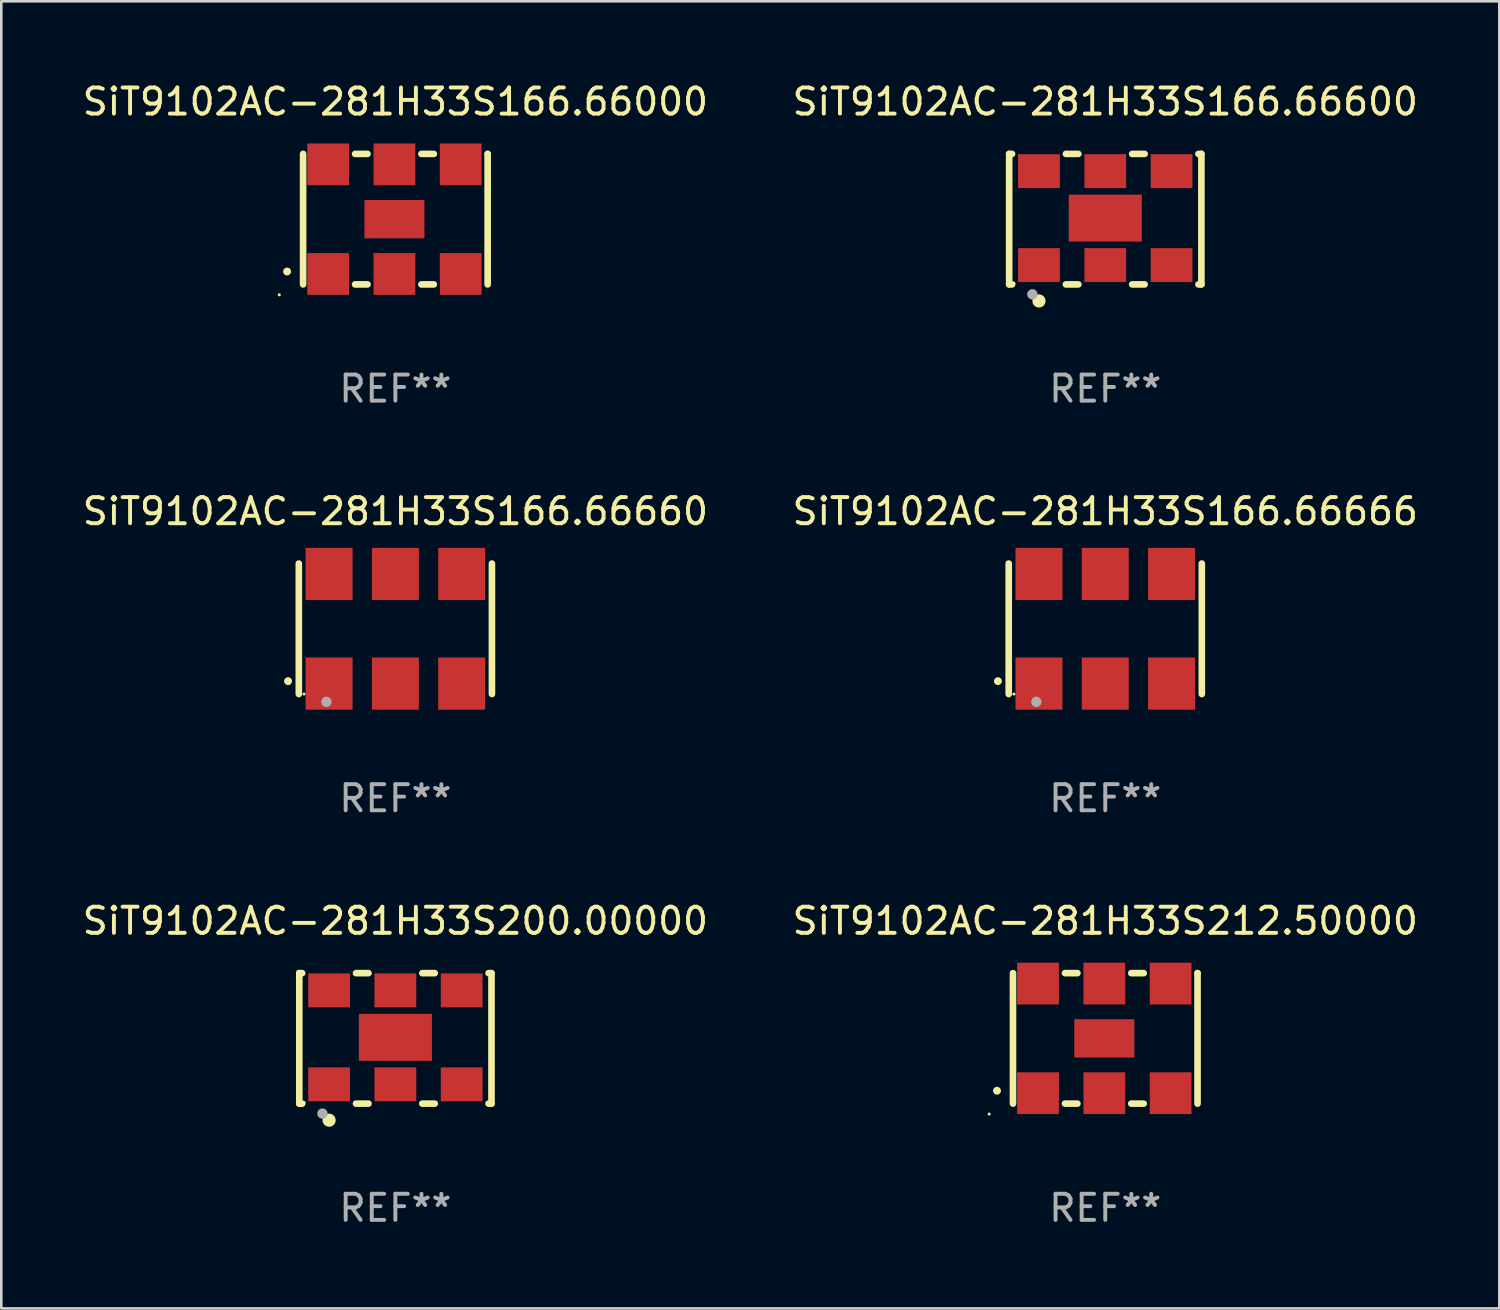
<source format=kicad_pcb>
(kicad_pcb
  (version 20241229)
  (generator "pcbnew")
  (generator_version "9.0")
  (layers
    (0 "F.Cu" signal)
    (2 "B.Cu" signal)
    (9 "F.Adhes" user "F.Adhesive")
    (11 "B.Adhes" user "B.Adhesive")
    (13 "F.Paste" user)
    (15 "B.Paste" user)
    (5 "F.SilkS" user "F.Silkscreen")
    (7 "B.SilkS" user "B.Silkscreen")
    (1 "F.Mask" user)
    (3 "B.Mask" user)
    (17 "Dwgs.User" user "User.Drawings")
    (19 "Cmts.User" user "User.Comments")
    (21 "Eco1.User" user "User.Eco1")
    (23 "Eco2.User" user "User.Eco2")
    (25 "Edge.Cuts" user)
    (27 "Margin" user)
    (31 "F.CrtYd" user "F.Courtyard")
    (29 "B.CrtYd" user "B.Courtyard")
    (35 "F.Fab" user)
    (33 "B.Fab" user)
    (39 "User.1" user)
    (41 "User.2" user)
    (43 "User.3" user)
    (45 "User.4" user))
  (footprint "SiT9102AC-281H33S212.50000"
    (layer "F.Cu")
    (at 39.304 36.741)
    (property "Reference" "SiT9102AC-281H33S212.50000" (at 0 -4.5 0) (layer "F.SilkS") (effects (font (size 1 1) (thickness 0.15))))
    (attr through_hole)
    (fp_line (start -3.536 -2.5) (end -3.536 2.5) (stroke (width 0.254) (type solid)) (layer "F.SilkS"))
    (fp_line (start -1.544 2.5) (end -1.067 2.5) (stroke (width 0.254) (type solid)) (layer "F.SilkS"))
    (fp_line (start -1.067 -2.5) (end -1.544 -2.5) (stroke (width 0.254) (type solid)) (layer "F.SilkS"))
    (fp_line (start 0.996 2.5) (end 1.473 2.5) (stroke (width 0.254) (type solid)) (layer "F.SilkS"))
    (fp_line (start 1.473 -2.5) (end 0.996 -2.5) (stroke (width 0.254) (type solid)) (layer "F.SilkS"))
    (fp_line (start 3.536 -2.5) (end 3.536 -2.5) (stroke (width 0.254) (type solid)) (layer "F.SilkS"))
    (fp_line (start 3.536 2.5) (end 3.536 -2.5) (stroke (width 0.254) (type solid)) (layer "F.SilkS"))
    (fp_arc (start -4.150432 2.006604) (mid -4.149162 2.006599) (end -4.147892 2.006604) (stroke (width 0.3) (type solid)) (layer "F.SilkS"))
    (fp_circle (center -4.449 2.9) (end -4.419 2.9) (stroke (width 0.06) (type solid)) (fill no) (layer "F.SilkS"))
    (fp_text user "REF**" (at 0 6.5 0) (layer "F.Fab") (effects (font (size 1 1) (thickness 0.15))))
    (pad "1" smd rect (at -2.576 2.1) (size 1.6 1.6) (layers "F.Cu" "F.Mask" "F.Paste"))
    (pad "2" smd rect (at -0.036 2.1) (size 1.6 1.6) (layers "F.Cu" "F.Mask" "F.Paste"))
    (pad "3" smd rect (at 2.504 2.1) (size 1.6 1.6) (layers "F.Cu" "F.Mask" "F.Paste"))
    (pad "4" smd rect (at 2.504 -2.1) (size 1.6 1.6) (layers "F.Cu" "F.Mask" "F.Paste"))
    (pad "5" smd rect (at -0.036 -2.1) (size 1.6 1.6) (layers "F.Cu" "F.Mask" "F.Paste"))
    (pad "6" smd rect (at -2.576 -2.1) (size 1.6 1.6) (layers "F.Cu" "F.Mask" "F.Paste"))
    (pad "7" smd rect (at -0.036 0) (size 2.3 1.47) (layers "F.Cu" "F.Mask" "F.Paste")))
  (footprint "SiT9102AC-281H33S166.66660"
    (layer "F.Cu")
    (at 12.101 21.045)
    (property "Reference" "SiT9102AC-281H33S166.66660" (at 0 -4.5 0) (layer "F.SilkS") (effects (font (size 1 1) (thickness 0.15))))
    (attr through_hole)
    (fp_line (start -3.7 -2.5) (end -3.7 2.5) (stroke (width 0.254) (type solid)) (layer "F.SilkS"))
    (fp_line (start 3.7 -2.5) (end 3.7 2.5) (stroke (width 0.254) (type solid)) (layer "F.SilkS"))
    (fp_arc (start -4.114415 2.006604) (mid -4.113145 2.006599) (end -4.111875 2.006604) (stroke (width 0.3) (type solid)) (layer "F.SilkS"))
    (fp_circle (center -3.5 2.501) (end -3.47 2.501) (stroke (width 0.06) (type solid)) (fill no) (layer "F.SilkS"))
    (fp_circle (center -2.641 2.799) (end -2.541 2.799) (stroke (width 0.2) (type solid)) (fill no) (layer "F.Fab"))
    (fp_text user "REF**" (at 0 6.5 0) (layer "F.Fab") (effects (font (size 1 1) (thickness 0.15))))
    (pad "1" smd rect (at -2.54 2.1) (size 1.8 2) (layers "F.Cu" "F.Mask" "F.Paste"))
    (pad "2" smd rect (at 0.000394 2.1) (size 1.8 2) (layers "F.Cu" "F.Mask" "F.Paste"))
    (pad "3" smd rect (at 2.54 2.1) (size 1.8 2) (layers "F.Cu" "F.Mask" "F.Paste"))
    (pad "4" smd rect (at 2.54 -2.1) (size 1.8 2) (layers "F.Cu" "F.Mask" "F.Paste"))
    (pad "5" smd rect (at 0.000394 -2.1) (size 1.8 2) (layers "F.Cu" "F.Mask" "F.Paste"))
    (pad "6" smd rect (at -2.54 -2.1) (size 1.8 2) (layers "F.Cu" "F.Mask" "F.Paste")))
  (footprint "SiT9102AC-281H33S166.66000"
    (layer "F.Cu")
    (at 12.101 5.348)
    (property "Reference" "SiT9102AC-281H33S166.66000" (at 0 -4.5 0) (layer "F.SilkS") (effects (font (size 1 1) (thickness 0.15))))
    (attr through_hole)
    (fp_line (start -3.536 -2.5) (end -3.536 2.5) (stroke (width 0.254) (type solid)) (layer "F.SilkS"))
    (fp_line (start -1.544 2.5) (end -1.067 2.5) (stroke (width 0.254) (type solid)) (layer "F.SilkS"))
    (fp_line (start -1.067 -2.5) (end -1.544 -2.5) (stroke (width 0.254) (type solid)) (layer "F.SilkS"))
    (fp_line (start 0.996 2.5) (end 1.473 2.5) (stroke (width 0.254) (type solid)) (layer "F.SilkS"))
    (fp_line (start 1.473 -2.5) (end 0.996 -2.5) (stroke (width 0.254) (type solid)) (layer "F.SilkS"))
    (fp_line (start 3.536 -2.5) (end 3.536 -2.5) (stroke (width 0.254) (type solid)) (layer "F.SilkS"))
    (fp_line (start 3.536 2.5) (end 3.536 -2.5) (stroke (width 0.254) (type solid)) (layer "F.SilkS"))
    (fp_arc (start -4.150432 2.006604) (mid -4.149162 2.006599) (end -4.147892 2.006604) (stroke (width 0.3) (type solid)) (layer "F.SilkS"))
    (fp_circle (center -4.449 2.9) (end -4.419 2.9) (stroke (width 0.06) (type solid)) (fill no) (layer "F.SilkS"))
    (fp_text user "REF**" (at 0 6.5 0) (layer "F.Fab") (effects (font (size 1 1) (thickness 0.15))))
    (pad "1" smd rect (at -2.576 2.1) (size 1.6 1.6) (layers "F.Cu" "F.Mask" "F.Paste"))
    (pad "2" smd rect (at -0.036 2.1) (size 1.6 1.6) (layers "F.Cu" "F.Mask" "F.Paste"))
    (pad "3" smd rect (at 2.504 2.1) (size 1.6 1.6) (layers "F.Cu" "F.Mask" "F.Paste"))
    (pad "4" smd rect (at 2.504 -2.1) (size 1.6 1.6) (layers "F.Cu" "F.Mask" "F.Paste"))
    (pad "5" smd rect (at -0.036 -2.1) (size 1.6 1.6) (layers "F.Cu" "F.Mask" "F.Paste"))
    (pad "6" smd rect (at -2.576 -2.1) (size 1.6 1.6) (layers "F.Cu" "F.Mask" "F.Paste"))
    (pad "7" smd rect (at -0.036 0) (size 2.3 1.47) (layers "F.Cu" "F.Mask" "F.Paste")))
  (footprint "SiT9102AC-281H33S200.00000"
    (layer "F.Cu")
    (at 12.101 36.741)
    (property "Reference" "SiT9102AC-281H33S200.00000" (at 0 -4.5 0) (layer "F.SilkS") (effects (font (size 1 1) (thickness 0.15))))
    (attr through_hole)
    (fp_line (start -3.683 -2.5) (end -3.571 -2.5) (stroke (width 0.254) (type solid)) (layer "F.SilkS"))
    (fp_line (start -3.683 2.5) (end -3.683 -2.5) (stroke (width 0.254) (type solid)) (layer "F.SilkS"))
    (fp_line (start -3.683 2.5) (end -3.571 2.5) (stroke (width 0.254) (type solid)) (layer "F.SilkS"))
    (fp_line (start -1.509 -2.5) (end -1.031 -2.5) (stroke (width 0.254) (type solid)) (layer "F.SilkS"))
    (fp_line (start -1.509 2.5) (end -1.031 2.5) (stroke (width 0.254) (type solid)) (layer "F.SilkS"))
    (fp_line (start 1.031 -2.5) (end 1.509 -2.5) (stroke (width 0.254) (type solid)) (layer "F.SilkS"))
    (fp_line (start 1.031 2.5) (end 1.509 2.5) (stroke (width 0.254) (type solid)) (layer "F.SilkS"))
    (fp_line (start 3.571 -2.5) (end 3.683 -2.5) (stroke (width 0.254) (type solid)) (layer "F.SilkS"))
    (fp_line (start 3.571 2.5) (end 3.683 2.5) (stroke (width 0.254) (type solid)) (layer "F.SilkS"))
    (fp_line (start 3.683 2.5) (end 3.683 -2.5) (stroke (width 0.254) (type solid)) (layer "F.SilkS"))
    (fp_circle (center -3.5 2.46) (end -3.47 2.46) (stroke (width 0.06) (type solid)) (fill no) (layer "F.SilkS"))
    (fp_circle (center -2.54 3.135) (end -2.413 3.135) (stroke (width 0.254) (type solid)) (fill no) (layer "F.SilkS"))
    (fp_circle (center -2.794 2.881) (end -2.694 2.881) (stroke (width 0.2) (type solid)) (fill no) (layer "F.Fab"))
    (fp_text user "REF**" (at 0 6.5 0) (layer "F.Fab") (effects (font (size 1 1) (thickness 0.15))))
    (pad "1" smd rect (at -2.54 1.76) (size 1.6 1.3) (layers "F.Cu" "F.Mask" "F.Paste"))
    (pad "2" smd rect (at 0 1.76) (size 1.6 1.3) (layers "F.Cu" "F.Mask" "F.Paste"))
    (pad "3" smd rect (at 2.54 1.76) (size 1.6 1.3) (layers "F.Cu" "F.Mask" "F.Paste"))
    (pad "4" smd rect (at 2.54 -1.84) (size 1.6 1.3) (layers "F.Cu" "F.Mask" "F.Paste"))
    (pad "5" smd rect (at 0 -1.84) (size 1.6 1.3) (layers "F.Cu" "F.Mask" "F.Paste"))
    (pad "6" smd rect (at -2.54 -1.84) (size 1.6 1.3) (layers "F.Cu" "F.Mask" "F.Paste"))
    (pad "7" smd rect (at 0 -0.04) (size 2.8 1.8) (layers "F.Cu" "F.Mask" "F.Paste")))
  (footprint "SiT9102AC-281H33S166.66600"
    (layer "F.Cu")
    (at 39.304 5.348)
    (property "Reference" "SiT9102AC-281H33S166.66600" (at 0 -4.5 0) (layer "F.SilkS") (effects (font (size 1 1) (thickness 0.15))))
    (attr through_hole)
    (fp_line (start -3.683 -2.5) (end -3.571 -2.5) (stroke (width 0.254) (type solid)) (layer "F.SilkS"))
    (fp_line (start -3.683 2.5) (end -3.683 -2.5) (stroke (width 0.254) (type solid)) (layer "F.SilkS"))
    (fp_line (start -3.683 2.5) (end -3.571 2.5) (stroke (width 0.254) (type solid)) (layer "F.SilkS"))
    (fp_line (start -1.509 -2.5) (end -1.031 -2.5) (stroke (width 0.254) (type solid)) (layer "F.SilkS"))
    (fp_line (start -1.509 2.5) (end -1.031 2.5) (stroke (width 0.254) (type solid)) (layer "F.SilkS"))
    (fp_line (start 1.031 -2.5) (end 1.509 -2.5) (stroke (width 0.254) (type solid)) (layer "F.SilkS"))
    (fp_line (start 1.031 2.5) (end 1.509 2.5) (stroke (width 0.254) (type solid)) (layer "F.SilkS"))
    (fp_line (start 3.571 -2.5) (end 3.683 -2.5) (stroke (width 0.254) (type solid)) (layer "F.SilkS"))
    (fp_line (start 3.571 2.5) (end 3.683 2.5) (stroke (width 0.254) (type solid)) (layer "F.SilkS"))
    (fp_line (start 3.683 2.5) (end 3.683 -2.5) (stroke (width 0.254) (type solid)) (layer "F.SilkS"))
    (fp_circle (center -3.5 2.46) (end -3.47 2.46) (stroke (width 0.06) (type solid)) (fill no) (layer "F.SilkS"))
    (fp_circle (center -2.54 3.135) (end -2.413 3.135) (stroke (width 0.254) (type solid)) (fill no) (layer "F.SilkS"))
    (fp_circle (center -2.794 2.881) (end -2.694 2.881) (stroke (width 0.2) (type solid)) (fill no) (layer "F.Fab"))
    (fp_text user "REF**" (at 0 6.5 0) (layer "F.Fab") (effects (font (size 1 1) (thickness 0.15))))
    (pad "1" smd rect (at -2.54 1.76) (size 1.6 1.3) (layers "F.Cu" "F.Mask" "F.Paste"))
    (pad "2" smd rect (at 0 1.76) (size 1.6 1.3) (layers "F.Cu" "F.Mask" "F.Paste"))
    (pad "3" smd rect (at 2.54 1.76) (size 1.6 1.3) (layers "F.Cu" "F.Mask" "F.Paste"))
    (pad "4" smd rect (at 2.54 -1.84) (size 1.6 1.3) (layers "F.Cu" "F.Mask" "F.Paste"))
    (pad "5" smd rect (at 0 -1.84) (size 1.6 1.3) (layers "F.Cu" "F.Mask" "F.Paste"))
    (pad "6" smd rect (at -2.54 -1.84) (size 1.6 1.3) (layers "F.Cu" "F.Mask" "F.Paste"))
    (pad "7" smd rect (at 0 -0.04) (size 2.8 1.8) (layers "F.Cu" "F.Mask" "F.Paste")))
  (footprint "SiT9102AC-281H33S166.66666"
    (layer "F.Cu")
    (at 39.304 21.045)
    (property "Reference" "SiT9102AC-281H33S166.66666" (at 0 -4.5 0) (layer "F.SilkS") (effects (font (size 1 1) (thickness 0.15))))
    (attr through_hole)
    (fp_line (start -3.7 -2.5) (end -3.7 2.5) (stroke (width 0.254) (type solid)) (layer "F.SilkS"))
    (fp_line (start 3.7 -2.5) (end 3.7 2.5) (stroke (width 0.254) (type solid)) (layer "F.SilkS"))
    (fp_arc (start -4.114415 2.006604) (mid -4.113145 2.006599) (end -4.111875 2.006604) (stroke (width 0.3) (type solid)) (layer "F.SilkS"))
    (fp_circle (center -3.5 2.501) (end -3.47 2.501) (stroke (width 0.06) (type solid)) (fill no) (layer "F.SilkS"))
    (fp_circle (center -2.641 2.799) (end -2.541 2.799) (stroke (width 0.2) (type solid)) (fill no) (layer "F.Fab"))
    (fp_text user "REF**" (at 0 6.5 0) (layer "F.Fab") (effects (font (size 1 1) (thickness 0.15))))
    (pad "1" smd rect (at -2.54 2.1) (size 1.8 2) (layers "F.Cu" "F.Mask" "F.Paste"))
    (pad "2" smd rect (at 0.000394 2.1) (size 1.8 2) (layers "F.Cu" "F.Mask" "F.Paste"))
    (pad "3" smd rect (at 2.54 2.1) (size 1.8 2) (layers "F.Cu" "F.Mask" "F.Paste"))
    (pad "4" smd rect (at 2.54 -2.1) (size 1.8 2) (layers "F.Cu" "F.Mask" "F.Paste"))
    (pad "5" smd rect (at 0.000394 -2.1) (size 1.8 2) (layers "F.Cu" "F.Mask" "F.Paste"))
    (pad "6" smd rect (at -2.54 -2.1) (size 1.8 2) (layers "F.Cu" "F.Mask" "F.Paste")))
  (gr_rect
    (start -3 -3)
    (end 54.405 47.09)
    (stroke (width 0.1) (type default))
    (fill no)
    (layer "Edge.Cuts")))
</source>
